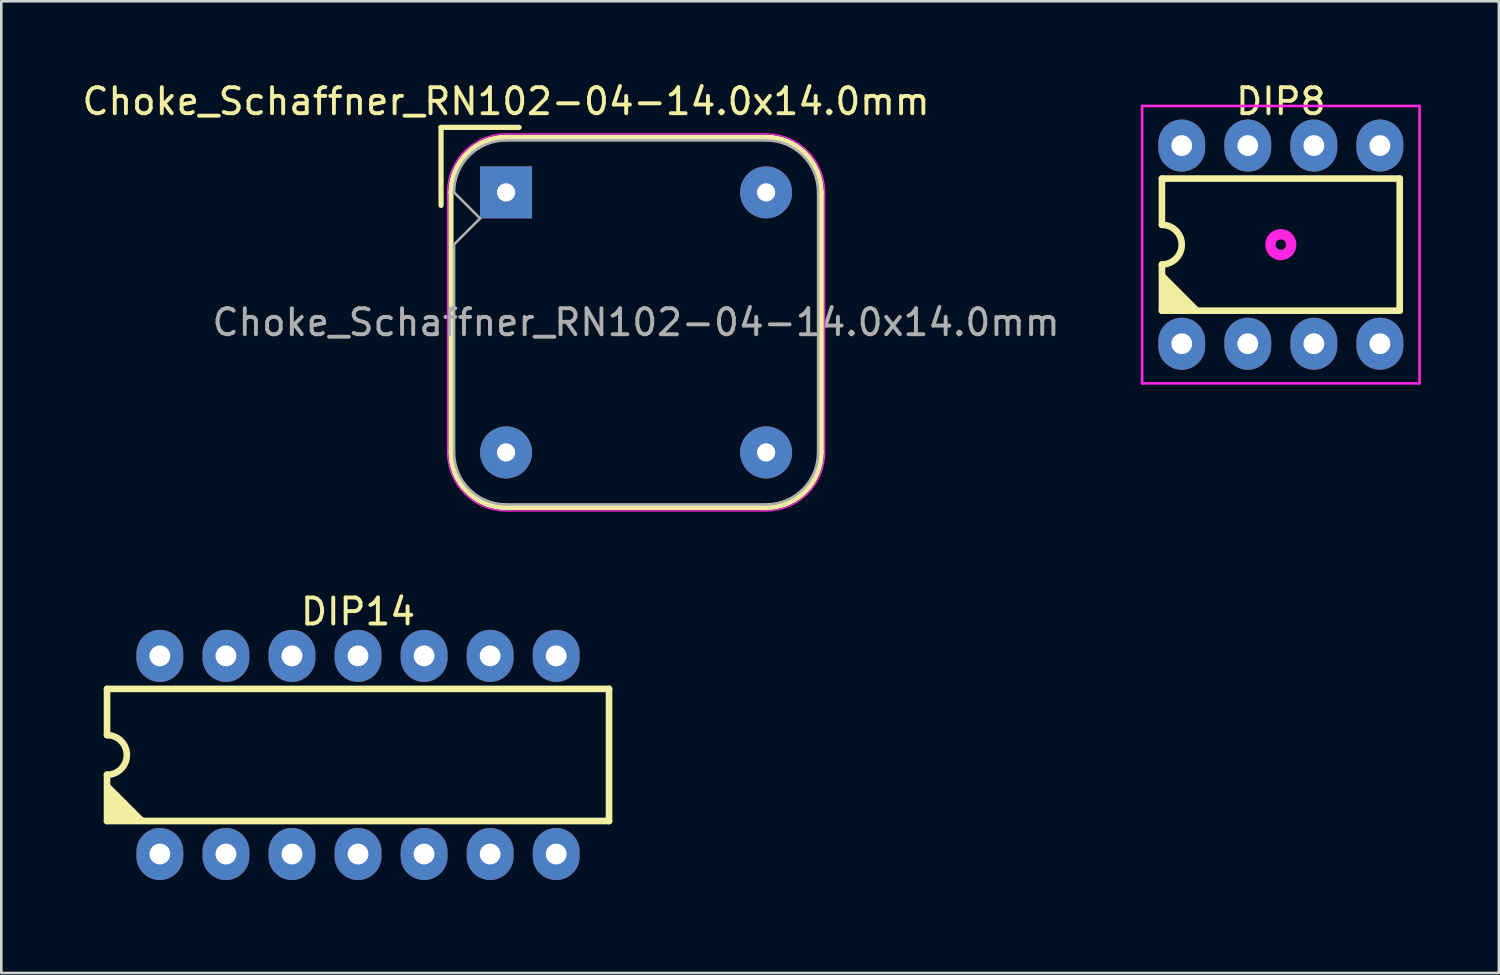
<source format=kicad_pcb>
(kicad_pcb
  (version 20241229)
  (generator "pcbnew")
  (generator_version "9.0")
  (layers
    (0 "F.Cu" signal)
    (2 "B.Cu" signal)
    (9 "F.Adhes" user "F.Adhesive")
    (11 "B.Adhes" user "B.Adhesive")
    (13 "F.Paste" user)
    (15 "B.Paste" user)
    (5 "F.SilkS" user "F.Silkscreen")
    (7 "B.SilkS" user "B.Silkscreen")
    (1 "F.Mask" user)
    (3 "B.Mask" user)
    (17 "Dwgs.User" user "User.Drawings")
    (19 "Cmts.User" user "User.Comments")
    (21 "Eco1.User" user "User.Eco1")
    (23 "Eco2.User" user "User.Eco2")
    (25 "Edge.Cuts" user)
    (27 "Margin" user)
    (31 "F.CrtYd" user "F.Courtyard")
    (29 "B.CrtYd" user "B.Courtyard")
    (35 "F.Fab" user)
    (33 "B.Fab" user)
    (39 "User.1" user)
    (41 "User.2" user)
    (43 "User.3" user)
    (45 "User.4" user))
  (footprint "Choke_Schaffner_RN102-04-14.0x14.0mm"
    (layer "F.Cu")
    (at 16.411 4.348)
    (property "Reference" "Choke_Schaffner_RN102-04-14.0x14.0mm" (at 0 -3.5 0) (layer "F.SilkS") (effects (font (size 1 1) (thickness 0.15))))
    (attr through_hole)
    (fp_line (start -2.5 -2.5) (end -2.5 0.5) (stroke (width 0.2) (type solid)) (layer "F.SilkS"))
    (fp_line (start -2.5 -2.5) (end 0.5 -2.5) (stroke (width 0.2) (type solid)) (layer "F.SilkS"))
    (fp_line (start -2.12 10) (end -2.12 0) (stroke (width 0.2) (type solid)) (layer "F.SilkS"))
    (fp_line (start 0 -2.12) (end 10 -2.12) (stroke (width 0.2) (type solid)) (layer "F.SilkS"))
    (fp_line (start 10 12.12) (end 0 12.12) (stroke (width 0.2) (type solid)) (layer "F.SilkS"))
    (fp_line (start 12.12 0) (end 12.12 10) (stroke (width 0.2) (type solid)) (layer "F.SilkS"))
    (fp_arc (start -2.12 0) (mid -1.499066 -1.499066) (end 0 -2.12) (stroke (width 0.2) (type solid)) (layer "F.SilkS"))
    (fp_arc (start 0 12.12) (mid -1.499066 11.499066) (end -2.12 10) (stroke (width 0.2) (type solid)) (layer "F.SilkS"))
    (fp_arc (start 10 -2.12) (mid 11.499066 -1.499066) (end 12.12 0) (stroke (width 0.2) (type solid)) (layer "F.SilkS"))
    (fp_arc (start 12.12 10) (mid 11.499066 11.499066) (end 10 12.12) (stroke (width 0.2) (type solid)) (layer "F.SilkS"))
    (fp_line (start -2.25 10) (end -2.25 0) (stroke (width 0.05) (type solid)) (layer "F.CrtYd"))
    (fp_line (start 0 -2.25) (end 10 -2.25) (stroke (width 0.05) (type solid)) (layer "F.CrtYd"))
    (fp_line (start 10 12.25) (end 0 12.25) (stroke (width 0.05) (type solid)) (layer "F.CrtYd"))
    (fp_line (start 12.25 0) (end 12.25 10) (stroke (width 0.05) (type solid)) (layer "F.CrtYd"))
    (fp_arc (start -2.25 0) (mid -1.59099 -1.59099) (end 0 -2.25) (stroke (width 0.05) (type solid)) (layer "F.CrtYd"))
    (fp_arc (start 0 12.25) (mid -1.59099 11.59099) (end -2.25 10) (stroke (width 0.05) (type solid)) (layer "F.CrtYd"))
    (fp_arc (start 10 -2.25) (mid 11.59099 -1.59099) (end 12.25 0) (stroke (width 0.05) (type solid)) (layer "F.CrtYd"))
    (fp_arc (start 12.25 10) (mid 11.59099 11.59099) (end 10 12.25) (stroke (width 0.05) (type solid)) (layer "F.CrtYd"))
    (fp_line (start -2 2) (end -1 1) (stroke (width 0.1) (type solid)) (layer "F.Fab"))
    (fp_line (start -2 10) (end -2 2) (stroke (width 0.1) (type solid)) (layer "F.Fab"))
    (fp_line (start -1 1) (end -2 0) (stroke (width 0.1) (type solid)) (layer "F.Fab"))
    (fp_line (start 0 -2) (end 10 -2) (stroke (width 0.1) (type solid)) (layer "F.Fab"))
    (fp_line (start 10 12) (end 0 12) (stroke (width 0.1) (type solid)) (layer "F.Fab"))
    (fp_line (start 12 0) (end 12 10) (stroke (width 0.1) (type solid)) (layer "F.Fab"))
    (fp_arc (start -2 0) (mid -1.414214 -1.414214) (end 0 -2) (stroke (width 0.1) (type solid)) (layer "F.Fab"))
    (fp_arc (start 0 12) (mid -1.414214 11.414214) (end -2 10) (stroke (width 0.1) (type solid)) (layer "F.Fab"))
    (fp_arc (start 10 -2) (mid 11.414214 -1.414214) (end 12 0) (stroke (width 0.1) (type solid)) (layer "F.Fab"))
    (fp_arc (start 12 10) (mid 11.414214 11.414214) (end 10 12) (stroke (width 0.1) (type solid)) (layer "F.Fab"))
    (fp_text user "${REFERENCE}" (at 5 5 0) (layer "F.Fab") (effects (font (size 1 1) (thickness 0.15))))
    (pad "1" thru_hole rect (at 0 0) (size 2 2) (drill 0.7) (layers "*.Cu" "*.Mask"))
    (pad "2" thru_hole circle (at 10 0) (size 2 2) (drill 0.7) (layers "*.Cu" "*.Mask"))
    (pad "3" thru_hole circle (at 0 10) (size 2 2) (drill 0.7) (layers "*.Cu" "*.Mask"))
    (pad "4" thru_hole circle (at 10 10) (size 2 2) (drill 0.7) (layers "*.Cu" "*.Mask")))
  (footprint "DIP14"
    (layer "F.Cu")
    (at 10.718 25.982)
    (property "Reference" "DIP14" (at 0 -5.51 0) (layer "F.SilkS") (effects (font (size 1 1) (thickness 0.15))))
    (fp_line (start -9.652 -2.54) (end 9.652 -2.54) (stroke (width 0.254) (type solid)) (layer "F.SilkS"))
    (fp_line (start -9.652 -0.762) (end -9.652 -2.54) (stroke (width 0.254) (type solid)) (layer "F.SilkS"))
    (fp_line (start -9.652 2.54) (end -9.652 0.762) (stroke (width 0.254) (type solid)) (layer "F.SilkS"))
    (fp_line (start -9.652 2.54) (end 9.652 2.54) (stroke (width 0.254) (type solid)) (layer "F.SilkS"))
    (fp_line (start 9.652 2.54) (end 9.652 -2.54) (stroke (width 0.254) (type solid)) (layer "F.SilkS"))
    (fp_arc (start -9.652 -0.762) (mid -8.89 0) (end -9.652 0.762) (stroke (width 0.254) (type solid)) (layer "F.SilkS"))
    (fp_poly (pts (xy -9.652 1.016) (xy -8.128 2.54) (xy -9.652 2.54)) (stroke (width 0) (type default)) (fill yes) (layer "F.SilkS"))
    (fp_line (start -10.668 -5.334) (end 1.524 -5.334) (stroke (width 0.1) (type solid)) (layer "Eco2.User"))
    (fp_line (start -10.668 5.334) (end -10.668 -5.334) (stroke (width 0.1) (type solid)) (layer "Eco2.User"))
    (fp_line (start -10.668 5.334) (end 10.668 5.334) (stroke (width 0.1) (type solid)) (layer "Eco2.User"))
    (fp_line (start 1.524 -5.334) (end 10.668 -5.334) (stroke (width 0.1) (type solid)) (layer "Eco2.User"))
    (fp_line (start 10.668 5.334) (end 10.668 -5.334) (stroke (width 0.1) (type solid)) (layer "Eco2.User"))
    (fp_circle (center 0 0) (end 0 -0.199) (stroke (width 0.4) (type solid)) (fill no) (layer "Eco2.User"))
    (pad "1" thru_hole oval (at -7.62 3.81) (size 1.8 2) (drill 0.8) (layers "*.Cu" "*.Mask"))
    (pad "2" thru_hole oval (at -5.08 3.81) (size 1.8 2) (drill 0.8) (layers "*.Cu" "*.Mask"))
    (pad "3" thru_hole oval (at -2.54 3.81) (size 1.8 2) (drill 0.8) (layers "*.Cu" "*.Mask"))
    (pad "4" thru_hole oval (at 0 3.81) (size 1.8 2) (drill 0.8) (layers "*.Cu" "*.Mask"))
    (pad "5" thru_hole oval (at 2.54 3.81) (size 1.8 2) (drill 0.8) (layers "*.Cu" "*.Mask"))
    (pad "6" thru_hole oval (at 5.08 3.81) (size 1.8 2) (drill 0.8) (layers "*.Cu" "*.Mask"))
    (pad "7" thru_hole oval (at 7.62 3.81) (size 1.8 2) (drill 0.8) (layers "*.Cu" "*.Mask"))
    (pad "8" thru_hole oval (at 7.62 -3.81) (size 1.8 2) (drill 0.8) (layers "*.Cu" "*.Mask"))
    (pad "9" thru_hole oval (at 5.08 -3.81) (size 1.8 2) (drill 0.8) (layers "*.Cu" "*.Mask"))
    (pad "10" thru_hole oval (at 2.54 -3.81) (size 1.8 2) (drill 0.8) (layers "*.Cu" "*.Mask"))
    (pad "11" thru_hole oval (at 0 -3.81) (size 1.8 2) (drill 0.8) (layers "*.Cu" "*.Mask"))
    (pad "12" thru_hole oval (at -2.54 -3.81) (size 1.8 2) (drill 0.8) (layers "*.Cu" "*.Mask"))
    (pad "13" thru_hole oval (at -5.08 -3.81) (size 1.8 2) (drill 0.8) (layers "*.Cu" "*.Mask"))
    (pad "14" thru_hole oval (at -7.62 -3.81) (size 1.8 2) (drill 0.8) (layers "*.Cu" "*.Mask")))
  (footprint "DIP8"
    (layer "F.Cu")
    (at 46.205 6.358)
    (property "Reference" "DIP8" (at 0 -5.51 0) (layer "F.SilkS") (effects (font (size 1 1) (thickness 0.15))))
    (fp_line (start -4.572 -2.54) (end 4.572 -2.54) (stroke (width 0.254) (type solid)) (layer "F.SilkS"))
    (fp_line (start -4.572 -0.762) (end -4.572 -2.54) (stroke (width 0.254) (type solid)) (layer "F.SilkS"))
    (fp_line (start -4.572 2.54) (end -4.572 0.762) (stroke (width 0.254) (type solid)) (layer "F.SilkS"))
    (fp_line (start -4.572 2.54) (end 4.572 2.54) (stroke (width 0.254) (type solid)) (layer "F.SilkS"))
    (fp_line (start 4.572 2.54) (end 4.572 -2.54) (stroke (width 0.254) (type solid)) (layer "F.SilkS"))
    (fp_arc (start -4.572 -0.762) (mid -3.81 0) (end -4.572 0.762) (stroke (width 0.254) (type solid)) (layer "F.SilkS"))
    (fp_poly (pts (xy -4.572 1.016) (xy -3.048 2.54) (xy -4.572 2.54)) (stroke (width 0) (type default)) (fill yes) (layer "F.SilkS"))
    (fp_line (start -5.334 -5.334) (end 5.334 -5.334) (stroke (width 0.1) (type solid)) (layer "F.CrtYd"))
    (fp_line (start -5.334 5.334) (end -5.334 -5.334) (stroke (width 0.1) (type solid)) (layer "F.CrtYd"))
    (fp_line (start -5.334 5.334) (end 5.334 5.334) (stroke (width 0.1) (type solid)) (layer "F.CrtYd"))
    (fp_line (start 5.334 5.334) (end 5.334 -5.334) (stroke (width 0.1) (type solid)) (layer "F.CrtYd"))
    (fp_circle (center 0 0) (end 0 -0.199) (stroke (width 0.4) (type solid)) (fill no) (layer "F.CrtYd"))
    (pad "1" thru_hole oval (at -3.81 3.81) (size 1.8 2) (drill 0.8) (layers "*.Cu" "*.Mask"))
    (pad "2" thru_hole oval (at -1.27 3.81) (size 1.8 2) (drill 0.8) (layers "*.Cu" "*.Mask"))
    (pad "3" thru_hole oval (at 1.27 3.81) (size 1.8 2) (drill 0.8) (layers "*.Cu" "*.Mask"))
    (pad "4" thru_hole oval (at 3.81 3.81) (size 1.8 2) (drill 0.8) (layers "*.Cu" "*.Mask"))
    (pad "5" thru_hole oval (at 3.81 -3.81) (size 1.8 2) (drill 0.8) (layers "*.Cu" "*.Mask"))
    (pad "6" thru_hole oval (at 1.27 -3.81) (size 1.8 2) (drill 0.8) (layers "*.Cu" "*.Mask"))
    (pad "7" thru_hole oval (at -1.27 -3.81) (size 1.8 2) (drill 0.8) (layers "*.Cu" "*.Mask"))
    (pad "8" thru_hole oval (at -3.81 -3.81) (size 1.8 2) (drill 0.8) (layers "*.Cu" "*.Mask")))
  (gr_rect
    (start -3 -3)
    (end 54.589 34.365)
    (stroke (width 0.1) (type default))
    (fill no)
    (layer "Edge.Cuts")))
</source>
